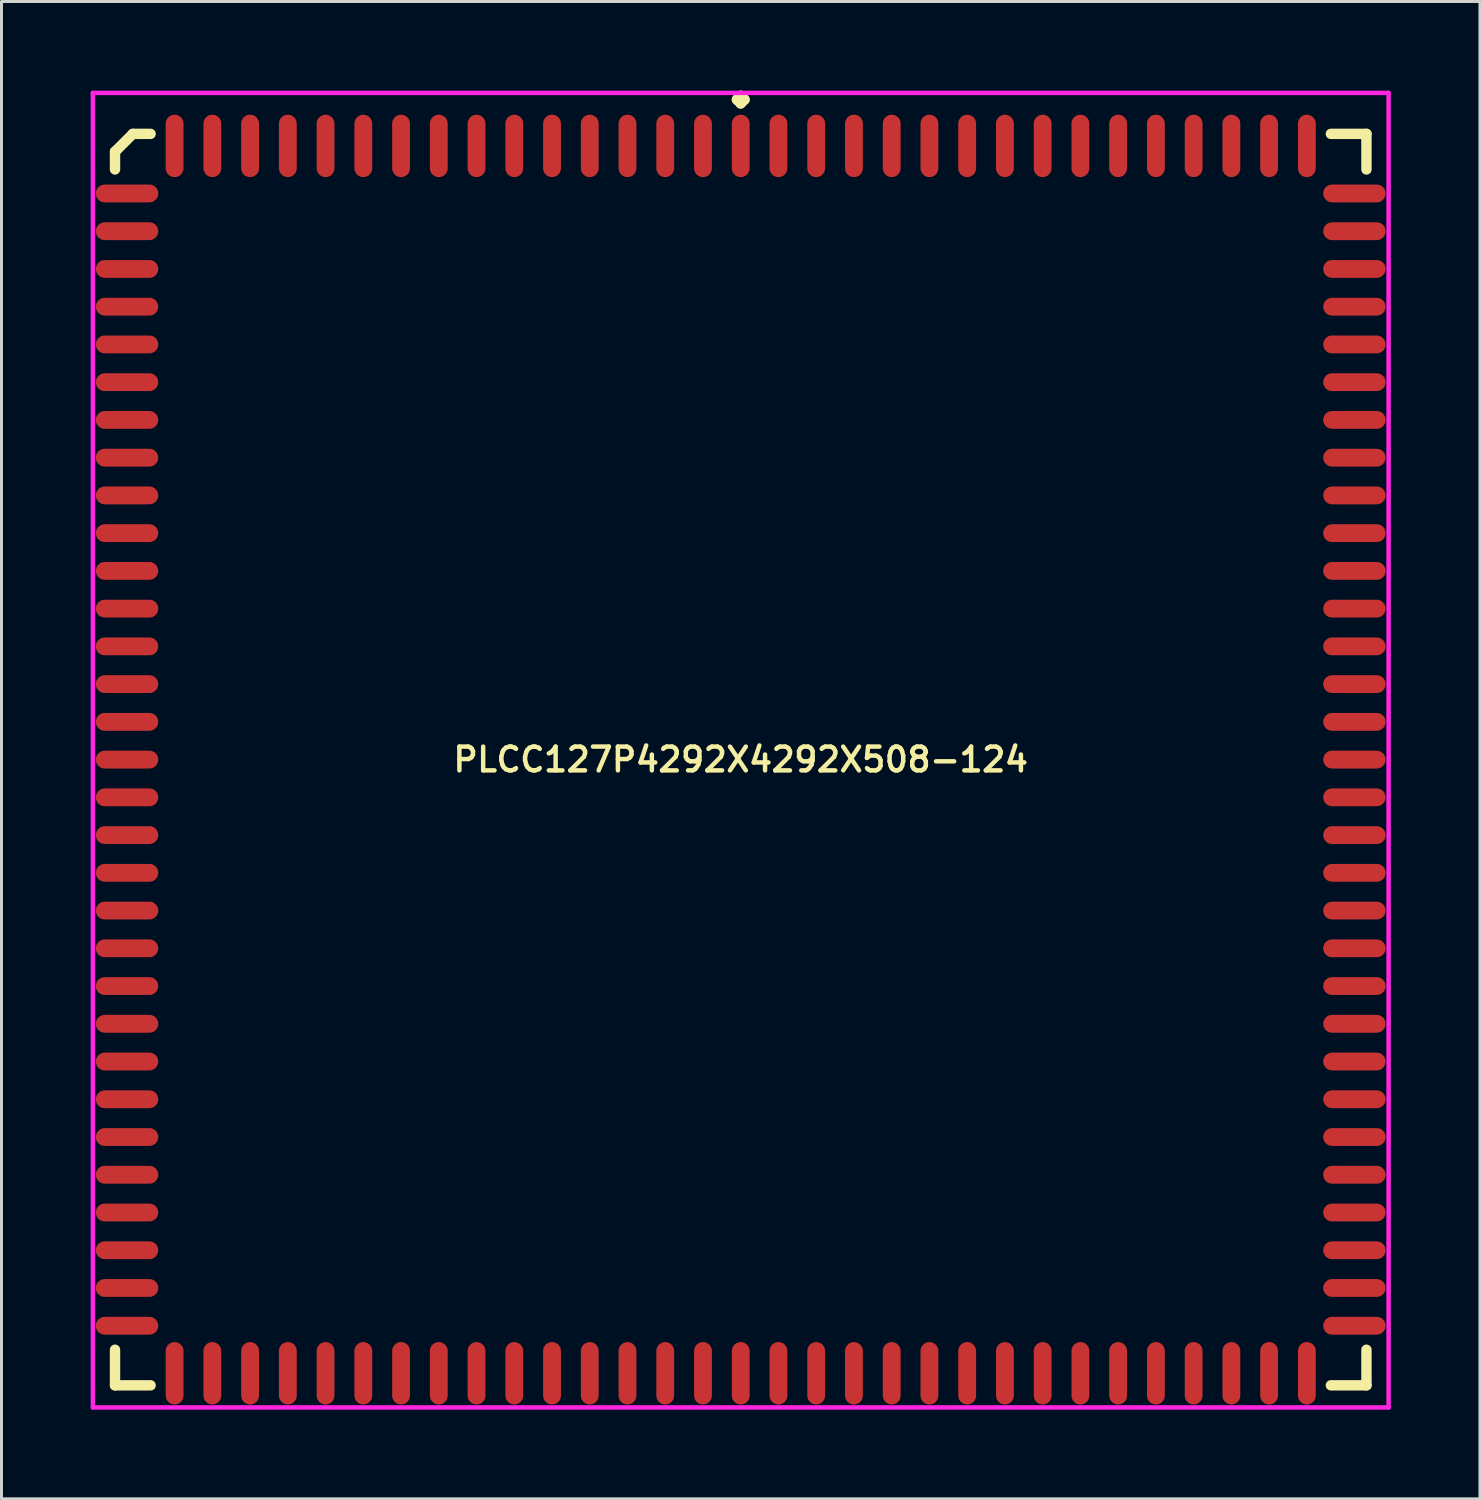
<source format=kicad_pcb>
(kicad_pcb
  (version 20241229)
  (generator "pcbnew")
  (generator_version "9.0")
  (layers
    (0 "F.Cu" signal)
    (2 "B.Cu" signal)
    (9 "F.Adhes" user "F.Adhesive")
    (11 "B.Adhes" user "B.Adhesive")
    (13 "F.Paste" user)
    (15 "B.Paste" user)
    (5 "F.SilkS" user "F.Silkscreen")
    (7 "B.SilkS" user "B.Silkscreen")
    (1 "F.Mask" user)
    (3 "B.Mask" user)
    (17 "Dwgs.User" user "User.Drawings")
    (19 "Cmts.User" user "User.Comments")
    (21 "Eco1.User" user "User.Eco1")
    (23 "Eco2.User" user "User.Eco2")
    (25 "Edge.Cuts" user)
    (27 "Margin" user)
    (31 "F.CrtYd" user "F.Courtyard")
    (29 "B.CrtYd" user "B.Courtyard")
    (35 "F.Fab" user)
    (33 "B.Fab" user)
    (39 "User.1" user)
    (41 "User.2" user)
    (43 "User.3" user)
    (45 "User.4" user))
  (footprint "PLCC127P4292X4292X508-124"
    (layer "F.Cu")
    (at 21.875 22.51)
    (property "Reference" "PLCC127P4292X4292X508-124" (at 0 0 0) (layer "F.SilkS") (effects (font (size 0.8 0.8) (thickness 0.15))))
    (attr through_hole)
    (fp_line (start -21.055 -20.456) (end -20.456 -21.055) (stroke (width 0.35) (type solid)) (layer "F.SilkS"))
    (fp_line (start -21.055 -19.858) (end -21.055 -20.456) (stroke (width 0.35) (type solid)) (layer "F.SilkS"))
    (fp_line (start -21.055 19.858) (end -21.055 21.055) (stroke (width 0.35) (type solid)) (layer "F.SilkS"))
    (fp_line (start -21.055 21.055) (end -19.858 21.055) (stroke (width 0.35) (type solid)) (layer "F.SilkS"))
    (fp_line (start -20.456 -21.055) (end -19.858 -21.055) (stroke (width 0.35) (type solid)) (layer "F.SilkS"))
    (fp_line (start -0.127 -22.208) (end 0 -22.335) (stroke (width 0.35) (type solid)) (layer "F.SilkS"))
    (fp_line (start 0 -22.335) (end 0.127 -22.208) (stroke (width 0.35) (type solid)) (layer "F.SilkS"))
    (fp_line (start 0 -22.081) (end -0.127 -22.208) (stroke (width 0.35) (type solid)) (layer "F.SilkS"))
    (fp_line (start 0.127 -22.208) (end 0 -22.081) (stroke (width 0.35) (type solid)) (layer "F.SilkS"))
    (fp_line (start 21.055 -21.055) (end 19.858 -21.055) (stroke (width 0.35) (type solid)) (layer "F.SilkS"))
    (fp_line (start 21.055 -19.858) (end 21.055 -21.055) (stroke (width 0.35) (type solid)) (layer "F.SilkS"))
    (fp_line (start 21.055 19.858) (end 21.055 21.055) (stroke (width 0.35) (type solid)) (layer "F.SilkS"))
    (fp_line (start 21.055 21.055) (end 19.858 21.055) (stroke (width 0.35) (type solid)) (layer "F.SilkS"))
    (fp_line (start -21.8 -22.435) (end 21.8 -22.435) (stroke (width 0.15) (type solid)) (layer "F.CrtYd"))
    (fp_line (start -21.8 21.8) (end -21.8 -22.435) (stroke (width 0.15) (type solid)) (layer "F.CrtYd"))
    (fp_line (start 21.8 -22.435) (end 21.8 21.8) (stroke (width 0.15) (type solid)) (layer "F.CrtYd"))
    (fp_line (start 21.8 21.8) (end -21.8 21.8) (stroke (width 0.15) (type solid)) (layer "F.CrtYd"))
    (pad "1" smd oval (at 0 -20.65) (size 0.6 2.1) (layers "F.Cu" "F.Mask" "F.Paste"))
    (pad "2" smd oval (at -1.27 -20.65) (size 0.6 2.1) (layers "F.Cu" "F.Mask" "F.Paste"))
    (pad "3" smd oval (at -2.54 -20.65) (size 0.6 2.1) (layers "F.Cu" "F.Mask" "F.Paste"))
    (pad "4" smd oval (at -3.81 -20.65) (size 0.6 2.1) (layers "F.Cu" "F.Mask" "F.Paste"))
    (pad "5" smd oval (at -5.08 -20.65) (size 0.6 2.1) (layers "F.Cu" "F.Mask" "F.Paste"))
    (pad "6" smd oval (at -6.35 -20.65) (size 0.6 2.1) (layers "F.Cu" "F.Mask" "F.Paste"))
    (pad "7" smd oval (at -7.62 -20.65) (size 0.6 2.1) (layers "F.Cu" "F.Mask" "F.Paste"))
    (pad "8" smd oval (at -8.89 -20.65) (size 0.6 2.1) (layers "F.Cu" "F.Mask" "F.Paste"))
    (pad "9" smd oval (at -10.16 -20.65) (size 0.6 2.1) (layers "F.Cu" "F.Mask" "F.Paste"))
    (pad "10" smd oval (at -11.43 -20.65) (size 0.6 2.1) (layers "F.Cu" "F.Mask" "F.Paste"))
    (pad "11" smd oval (at -12.7 -20.65) (size 0.6 2.1) (layers "F.Cu" "F.Mask" "F.Paste"))
    (pad "12" smd oval (at -13.97 -20.65) (size 0.6 2.1) (layers "F.Cu" "F.Mask" "F.Paste"))
    (pad "13" smd oval (at -15.24 -20.65) (size 0.6 2.1) (layers "F.Cu" "F.Mask" "F.Paste"))
    (pad "14" smd oval (at -16.51 -20.65) (size 0.6 2.1) (layers "F.Cu" "F.Mask" "F.Paste"))
    (pad "15" smd oval (at -17.78 -20.65) (size 0.6 2.1) (layers "F.Cu" "F.Mask" "F.Paste"))
    (pad "16" smd oval (at -19.05 -20.65) (size 0.6 2.1) (layers "F.Cu" "F.Mask" "F.Paste"))
    (pad "17" smd oval (at -20.65 -19.05) (size 2.1 0.6) (layers "F.Cu" "F.Mask" "F.Paste"))
    (pad "18" smd oval (at -20.65 -17.78) (size 2.1 0.6) (layers "F.Cu" "F.Mask" "F.Paste"))
    (pad "19" smd oval (at -20.65 -16.51) (size 2.1 0.6) (layers "F.Cu" "F.Mask" "F.Paste"))
    (pad "20" smd oval (at -20.65 -15.24) (size 2.1 0.6) (layers "F.Cu" "F.Mask" "F.Paste"))
    (pad "21" smd oval (at -20.65 -13.97) (size 2.1 0.6) (layers "F.Cu" "F.Mask" "F.Paste"))
    (pad "22" smd oval (at -20.65 -12.7) (size 2.1 0.6) (layers "F.Cu" "F.Mask" "F.Paste"))
    (pad "23" smd oval (at -20.65 -11.43) (size 2.1 0.6) (layers "F.Cu" "F.Mask" "F.Paste"))
    (pad "24" smd oval (at -20.65 -10.16) (size 2.1 0.6) (layers "F.Cu" "F.Mask" "F.Paste"))
    (pad "25" smd oval (at -20.65 -8.89) (size 2.1 0.6) (layers "F.Cu" "F.Mask" "F.Paste"))
    (pad "26" smd oval (at -20.65 -7.62) (size 2.1 0.6) (layers "F.Cu" "F.Mask" "F.Paste"))
    (pad "27" smd oval (at -20.65 -6.35) (size 2.1 0.6) (layers "F.Cu" "F.Mask" "F.Paste"))
    (pad "28" smd oval (at -20.65 -5.08) (size 2.1 0.6) (layers "F.Cu" "F.Mask" "F.Paste"))
    (pad "29" smd oval (at -20.65 -3.81) (size 2.1 0.6) (layers "F.Cu" "F.Mask" "F.Paste"))
    (pad "30" smd oval (at -20.65 -2.54) (size 2.1 0.6) (layers "F.Cu" "F.Mask" "F.Paste"))
    (pad "31" smd oval (at -20.65 -1.27) (size 2.1 0.6) (layers "F.Cu" "F.Mask" "F.Paste"))
    (pad "32" smd oval (at -20.65 0) (size 2.1 0.6) (layers "F.Cu" "F.Mask" "F.Paste"))
    (pad "33" smd oval (at -20.65 1.27) (size 2.1 0.6) (layers "F.Cu" "F.Mask" "F.Paste"))
    (pad "34" smd oval (at -20.65 2.54) (size 2.1 0.6) (layers "F.Cu" "F.Mask" "F.Paste"))
    (pad "35" smd oval (at -20.65 3.81) (size 2.1 0.6) (layers "F.Cu" "F.Mask" "F.Paste"))
    (pad "36" smd oval (at -20.65 5.08) (size 2.1 0.6) (layers "F.Cu" "F.Mask" "F.Paste"))
    (pad "37" smd oval (at -20.65 6.35) (size 2.1 0.6) (layers "F.Cu" "F.Mask" "F.Paste"))
    (pad "38" smd oval (at -20.65 7.62) (size 2.1 0.6) (layers "F.Cu" "F.Mask" "F.Paste"))
    (pad "39" smd oval (at -20.65 8.89) (size 2.1 0.6) (layers "F.Cu" "F.Mask" "F.Paste"))
    (pad "40" smd oval (at -20.65 10.16) (size 2.1 0.6) (layers "F.Cu" "F.Mask" "F.Paste"))
    (pad "41" smd oval (at -20.65 11.43) (size 2.1 0.6) (layers "F.Cu" "F.Mask" "F.Paste"))
    (pad "42" smd oval (at -20.65 12.7) (size 2.1 0.6) (layers "F.Cu" "F.Mask" "F.Paste"))
    (pad "43" smd oval (at -20.65 13.97) (size 2.1 0.6) (layers "F.Cu" "F.Mask" "F.Paste"))
    (pad "44" smd oval (at -20.65 15.24) (size 2.1 0.6) (layers "F.Cu" "F.Mask" "F.Paste"))
    (pad "45" smd oval (at -20.65 16.51) (size 2.1 0.6) (layers "F.Cu" "F.Mask" "F.Paste"))
    (pad "46" smd oval (at -20.65 17.78) (size 2.1 0.6) (layers "F.Cu" "F.Mask" "F.Paste"))
    (pad "47" smd oval (at -20.65 19.05) (size 2.1 0.6) (layers "F.Cu" "F.Mask" "F.Paste"))
    (pad "48" smd oval (at -19.05 20.65) (size 0.6 2.1) (layers "F.Cu" "F.Mask" "F.Paste"))
    (pad "49" smd oval (at -17.78 20.65) (size 0.6 2.1) (layers "F.Cu" "F.Mask" "F.Paste"))
    (pad "50" smd oval (at -16.51 20.65) (size 0.6 2.1) (layers "F.Cu" "F.Mask" "F.Paste"))
    (pad "51" smd oval (at -15.24 20.65) (size 0.6 2.1) (layers "F.Cu" "F.Mask" "F.Paste"))
    (pad "52" smd oval (at -13.97 20.65) (size 0.6 2.1) (layers "F.Cu" "F.Mask" "F.Paste"))
    (pad "53" smd oval (at -12.7 20.65) (size 0.6 2.1) (layers "F.Cu" "F.Mask" "F.Paste"))
    (pad "54" smd oval (at -11.43 20.65) (size 0.6 2.1) (layers "F.Cu" "F.Mask" "F.Paste"))
    (pad "55" smd oval (at -10.16 20.65) (size 0.6 2.1) (layers "F.Cu" "F.Mask" "F.Paste"))
    (pad "56" smd oval (at -8.89 20.65) (size 0.6 2.1) (layers "F.Cu" "F.Mask" "F.Paste"))
    (pad "57" smd oval (at -7.62 20.65) (size 0.6 2.1) (layers "F.Cu" "F.Mask" "F.Paste"))
    (pad "58" smd oval (at -6.35 20.65) (size 0.6 2.1) (layers "F.Cu" "F.Mask" "F.Paste"))
    (pad "59" smd oval (at -5.08 20.65) (size 0.6 2.1) (layers "F.Cu" "F.Mask" "F.Paste"))
    (pad "60" smd oval (at -3.81 20.65) (size 0.6 2.1) (layers "F.Cu" "F.Mask" "F.Paste"))
    (pad "61" smd oval (at -2.54 20.65) (size 0.6 2.1) (layers "F.Cu" "F.Mask" "F.Paste"))
    (pad "62" smd oval (at -1.27 20.65) (size 0.6 2.1) (layers "F.Cu" "F.Mask" "F.Paste"))
    (pad "63" smd oval (at 0 20.65) (size 0.6 2.1) (layers "F.Cu" "F.Mask" "F.Paste"))
    (pad "64" smd oval (at 1.27 20.65) (size 0.6 2.1) (layers "F.Cu" "F.Mask" "F.Paste"))
    (pad "65" smd oval (at 2.54 20.65) (size 0.6 2.1) (layers "F.Cu" "F.Mask" "F.Paste"))
    (pad "66" smd oval (at 3.81 20.65) (size 0.6 2.1) (layers "F.Cu" "F.Mask" "F.Paste"))
    (pad "67" smd oval (at 5.08 20.65) (size 0.6 2.1) (layers "F.Cu" "F.Mask" "F.Paste"))
    (pad "68" smd oval (at 6.35 20.65) (size 0.6 2.1) (layers "F.Cu" "F.Mask" "F.Paste"))
    (pad "69" smd oval (at 7.62 20.65) (size 0.6 2.1) (layers "F.Cu" "F.Mask" "F.Paste"))
    (pad "70" smd oval (at 8.89 20.65) (size 0.6 2.1) (layers "F.Cu" "F.Mask" "F.Paste"))
    (pad "71" smd oval (at 10.16 20.65) (size 0.6 2.1) (layers "F.Cu" "F.Mask" "F.Paste"))
    (pad "72" smd oval (at 11.43 20.65) (size 0.6 2.1) (layers "F.Cu" "F.Mask" "F.Paste"))
    (pad "73" smd oval (at 12.7 20.65) (size 0.6 2.1) (layers "F.Cu" "F.Mask" "F.Paste"))
    (pad "74" smd oval (at 13.97 20.65) (size 0.6 2.1) (layers "F.Cu" "F.Mask" "F.Paste"))
    (pad "75" smd oval (at 15.24 20.65) (size 0.6 2.1) (layers "F.Cu" "F.Mask" "F.Paste"))
    (pad "76" smd oval (at 16.51 20.65) (size 0.6 2.1) (layers "F.Cu" "F.Mask" "F.Paste"))
    (pad "77" smd oval (at 17.78 20.65) (size 0.6 2.1) (layers "F.Cu" "F.Mask" "F.Paste"))
    (pad "78" smd oval (at 19.05 20.65) (size 0.6 2.1) (layers "F.Cu" "F.Mask" "F.Paste"))
    (pad "79" smd oval (at 20.65 19.05) (size 2.1 0.6) (layers "F.Cu" "F.Mask" "F.Paste"))
    (pad "80" smd oval (at 20.65 17.78) (size 2.1 0.6) (layers "F.Cu" "F.Mask" "F.Paste"))
    (pad "81" smd oval (at 20.65 16.51) (size 2.1 0.6) (layers "F.Cu" "F.Mask" "F.Paste"))
    (pad "82" smd oval (at 20.65 15.24) (size 2.1 0.6) (layers "F.Cu" "F.Mask" "F.Paste"))
    (pad "83" smd oval (at 20.65 13.97) (size 2.1 0.6) (layers "F.Cu" "F.Mask" "F.Paste"))
    (pad "84" smd oval (at 20.65 12.7) (size 2.1 0.6) (layers "F.Cu" "F.Mask" "F.Paste"))
    (pad "85" smd oval (at 20.65 11.43) (size 2.1 0.6) (layers "F.Cu" "F.Mask" "F.Paste"))
    (pad "86" smd oval (at 20.65 10.16) (size 2.1 0.6) (layers "F.Cu" "F.Mask" "F.Paste"))
    (pad "87" smd oval (at 20.65 8.89) (size 2.1 0.6) (layers "F.Cu" "F.Mask" "F.Paste"))
    (pad "88" smd oval (at 20.65 7.62) (size 2.1 0.6) (layers "F.Cu" "F.Mask" "F.Paste"))
    (pad "89" smd oval (at 20.65 6.35) (size 2.1 0.6) (layers "F.Cu" "F.Mask" "F.Paste"))
    (pad "90" smd oval (at 20.65 5.08) (size 2.1 0.6) (layers "F.Cu" "F.Mask" "F.Paste"))
    (pad "91" smd oval (at 20.65 3.81) (size 2.1 0.6) (layers "F.Cu" "F.Mask" "F.Paste"))
    (pad "92" smd oval (at 20.65 2.54) (size 2.1 0.6) (layers "F.Cu" "F.Mask" "F.Paste"))
    (pad "93" smd oval (at 20.65 1.27) (size 2.1 0.6) (layers "F.Cu" "F.Mask" "F.Paste"))
    (pad "94" smd oval (at 20.65 0) (size 2.1 0.6) (layers "F.Cu" "F.Mask" "F.Paste"))
    (pad "95" smd oval (at 20.65 -1.27) (size 2.1 0.6) (layers "F.Cu" "F.Mask" "F.Paste"))
    (pad "96" smd oval (at 20.65 -2.54) (size 2.1 0.6) (layers "F.Cu" "F.Mask" "F.Paste"))
    (pad "97" smd oval (at 20.65 -3.81) (size 2.1 0.6) (layers "F.Cu" "F.Mask" "F.Paste"))
    (pad "98" smd oval (at 20.65 -5.08) (size 2.1 0.6) (layers "F.Cu" "F.Mask" "F.Paste"))
    (pad "99" smd oval (at 20.65 -6.35) (size 2.1 0.6) (layers "F.Cu" "F.Mask" "F.Paste"))
    (pad "100" smd oval (at 20.65 -7.62) (size 2.1 0.6) (layers "F.Cu" "F.Mask" "F.Paste"))
    (pad "101" smd oval (at 20.65 -8.89) (size 2.1 0.6) (layers "F.Cu" "F.Mask" "F.Paste"))
    (pad "102" smd oval (at 20.65 -10.16) (size 2.1 0.6) (layers "F.Cu" "F.Mask" "F.Paste"))
    (pad "103" smd oval (at 20.65 -11.43) (size 2.1 0.6) (layers "F.Cu" "F.Mask" "F.Paste"))
    (pad "104" smd oval (at 20.65 -12.7) (size 2.1 0.6) (layers "F.Cu" "F.Mask" "F.Paste"))
    (pad "105" smd oval (at 20.65 -13.97) (size 2.1 0.6) (layers "F.Cu" "F.Mask" "F.Paste"))
    (pad "106" smd oval (at 20.65 -15.24) (size 2.1 0.6) (layers "F.Cu" "F.Mask" "F.Paste"))
    (pad "107" smd oval (at 20.65 -16.51) (size 2.1 0.6) (layers "F.Cu" "F.Mask" "F.Paste"))
    (pad "108" smd oval (at 20.65 -17.78) (size 2.1 0.6) (layers "F.Cu" "F.Mask" "F.Paste"))
    (pad "109" smd oval (at 20.65 -19.05) (size 2.1 0.6) (layers "F.Cu" "F.Mask" "F.Paste"))
    (pad "110" smd oval (at 19.05 -20.65) (size 0.6 2.1) (layers "F.Cu" "F.Mask" "F.Paste"))
    (pad "111" smd oval (at 17.78 -20.65) (size 0.6 2.1) (layers "F.Cu" "F.Mask" "F.Paste"))
    (pad "112" smd oval (at 16.51 -20.65) (size 0.6 2.1) (layers "F.Cu" "F.Mask" "F.Paste"))
    (pad "113" smd oval (at 15.24 -20.65) (size 0.6 2.1) (layers "F.Cu" "F.Mask" "F.Paste"))
    (pad "114" smd oval (at 13.97 -20.65) (size 0.6 2.1) (layers "F.Cu" "F.Mask" "F.Paste"))
    (pad "115" smd oval (at 12.7 -20.65) (size 0.6 2.1) (layers "F.Cu" "F.Mask" "F.Paste"))
    (pad "116" smd oval (at 11.43 -20.65) (size 0.6 2.1) (layers "F.Cu" "F.Mask" "F.Paste"))
    (pad "117" smd oval (at 10.16 -20.65) (size 0.6 2.1) (layers "F.Cu" "F.Mask" "F.Paste"))
    (pad "118" smd oval (at 8.89 -20.65) (size 0.6 2.1) (layers "F.Cu" "F.Mask" "F.Paste"))
    (pad "119" smd oval (at 7.62 -20.65) (size 0.6 2.1) (layers "F.Cu" "F.Mask" "F.Paste"))
    (pad "120" smd oval (at 6.35 -20.65) (size 0.6 2.1) (layers "F.Cu" "F.Mask" "F.Paste"))
    (pad "121" smd oval (at 5.08 -20.65) (size 0.6 2.1) (layers "F.Cu" "F.Mask" "F.Paste"))
    (pad "122" smd oval (at 3.81 -20.65) (size 0.6 2.1) (layers "F.Cu" "F.Mask" "F.Paste"))
    (pad "123" smd oval (at 2.54 -20.65) (size 0.6 2.1) (layers "F.Cu" "F.Mask" "F.Paste"))
    (pad "124" smd oval (at 1.27 -20.65) (size 0.6 2.1) (layers "F.Cu" "F.Mask" "F.Paste")))
  (gr_rect
    (start -3 -3)
    (end 46.75 47.385)
    (stroke (width 0.1) (type default))
    (fill no)
    (layer "Edge.Cuts")))
</source>
